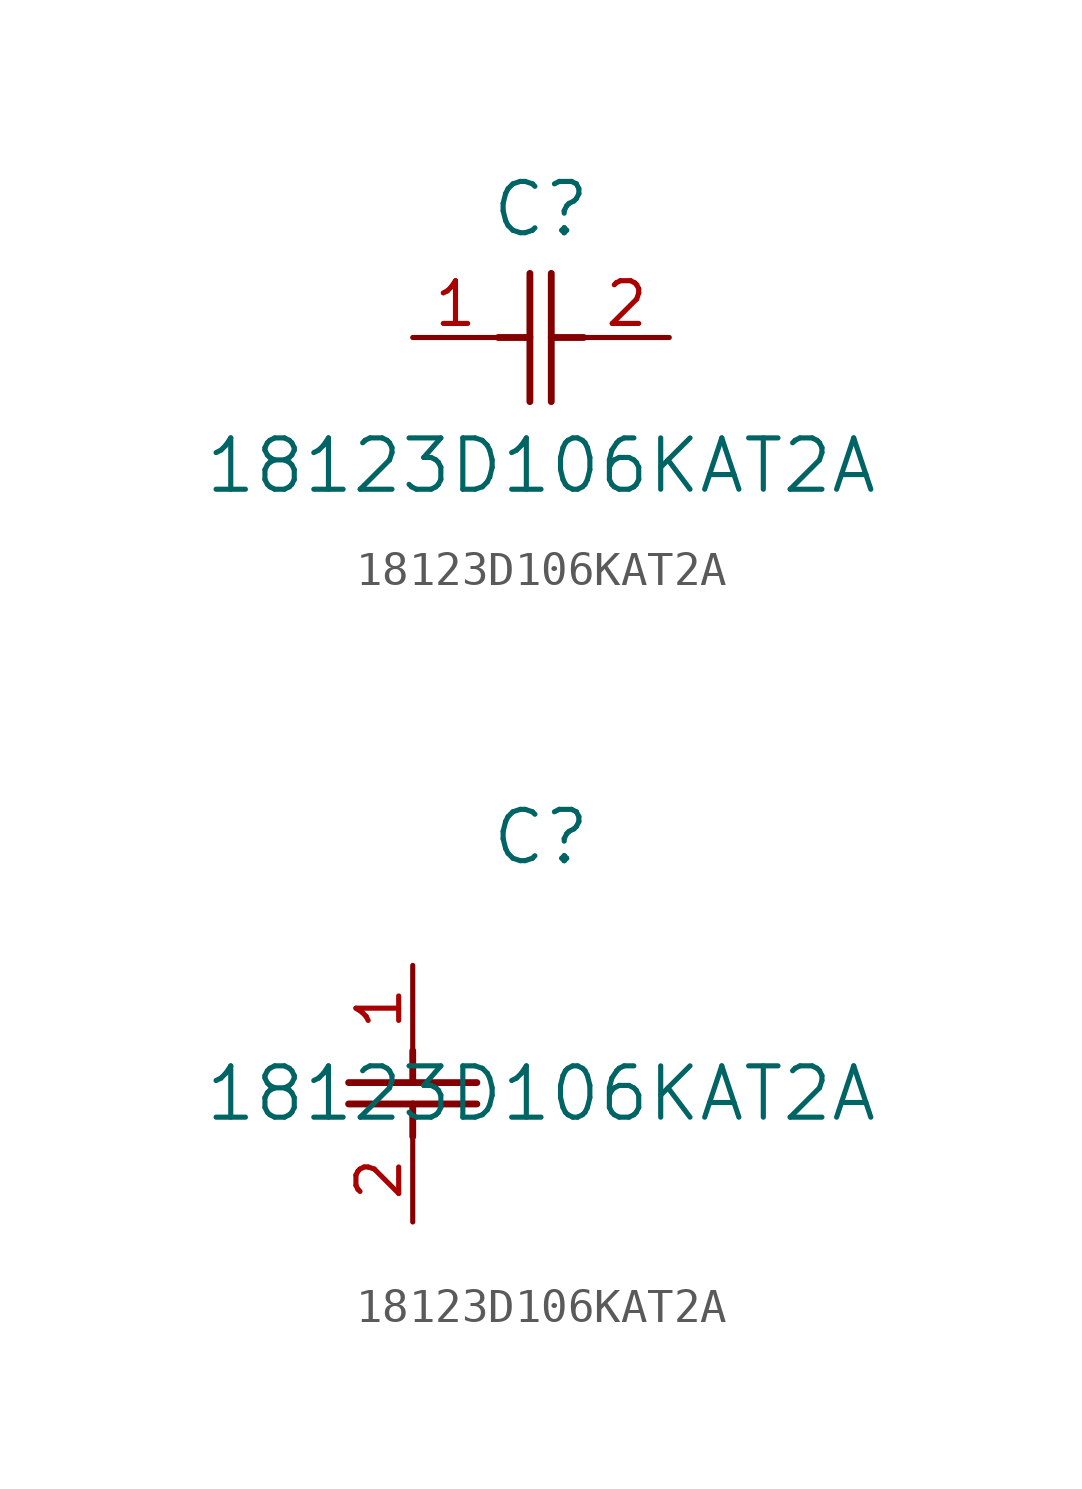
<source format=kicad_sym>
(kicad_symbol_lib
  (version 20211014)
  (generator kicad_symbol_editor)
  (symbol "18123D106KAT2A"
    (pin_names
      (offset 0.254))
    (property "Reference" "C"
      (at 3.81 3.81 0)
      (effects (font (size 1.524 1.524))))
    (property "Value" "18123D106KAT2A"
      (at 3.81 -3.81 0)
      (effects (font (size 1.524 1.524))))
    (symbol "18123D106KAT2A_1_1"
      (polyline (pts (xy 3.48 -1.905) (xy 3.48 1.905)) (stroke (width 0.203) (type default) (color 0 0 0 0)) (fill (type none)))
      (polyline (pts (xy 4.115 -1.905) (xy 4.115 1.905)) (stroke (width 0.203) (type default) (color 0 0 0 0)) (fill (type none)))
      (polyline (pts (xy 4.115 0) (xy 5.08 0)) (stroke (width 0.203) (type default) (color 0 0 0 0)) (fill (type none)))
      (polyline (pts (xy 2.54 0) (xy 3.48 0)) (stroke (width 0.203) (type default) (color 0 0 0 0)) (fill (type none)))
      (pin unspecified line (at 0 0 0) (length 2.54) (name "" (effects (font (size 1.27 1.27)))) (number "1" (effects (font (size 1.27 1.27)))))
      (pin unspecified line (at 7.62 0 180) (length 2.54) (name "" (effects (font (size 1.27 1.27)))) (number "2" (effects (font (size 1.27 1.27))))))
    (symbol "18123D106KAT2A_1_2"
      (polyline (pts (xy -1.905 -3.48) (xy 1.905 -3.48)) (stroke (width 0.203) (type default) (color 0 0 0 0)) (fill (type none)))
      (polyline (pts (xy -1.905 -4.115) (xy 1.905 -4.115)) (stroke (width 0.203) (type default) (color 0 0 0 0)) (fill (type none)))
      (polyline (pts (xy 0 -4.115) (xy 0 -5.08)) (stroke (width 0.203) (type default) (color 0 0 0 0)) (fill (type none)))
      (polyline (pts (xy 0 -2.54) (xy 0 -3.48)) (stroke (width 0.203) (type default) (color 0 0 0 0)) (fill (type none)))
      (pin unspecified line (at 0 0 270) (length 2.54) (name "" (effects (font (size 1.27 1.27)))) (number "1" (effects (font (size 1.27 1.27)))))
      (pin unspecified line (at 0 -7.62 90) (length 2.54) (name "" (effects (font (size 1.27 1.27)))) (number "2" (effects (font (size 1.27 1.27))))))))
</source>
